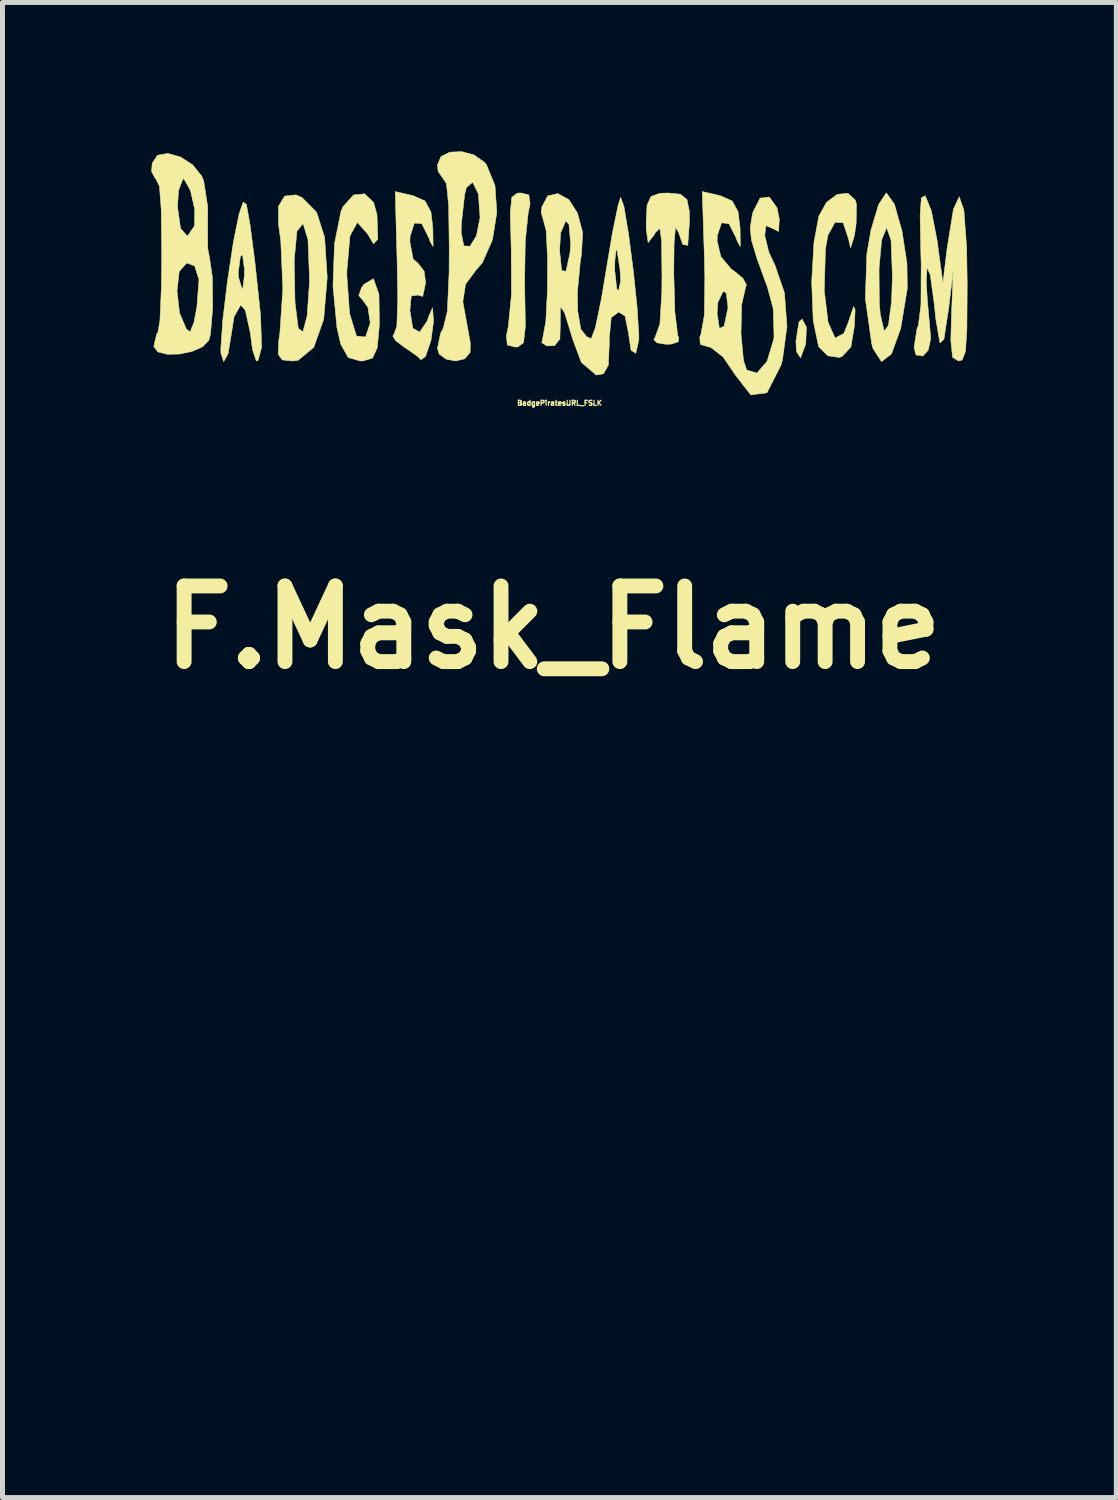
<source format=kicad_pcb>
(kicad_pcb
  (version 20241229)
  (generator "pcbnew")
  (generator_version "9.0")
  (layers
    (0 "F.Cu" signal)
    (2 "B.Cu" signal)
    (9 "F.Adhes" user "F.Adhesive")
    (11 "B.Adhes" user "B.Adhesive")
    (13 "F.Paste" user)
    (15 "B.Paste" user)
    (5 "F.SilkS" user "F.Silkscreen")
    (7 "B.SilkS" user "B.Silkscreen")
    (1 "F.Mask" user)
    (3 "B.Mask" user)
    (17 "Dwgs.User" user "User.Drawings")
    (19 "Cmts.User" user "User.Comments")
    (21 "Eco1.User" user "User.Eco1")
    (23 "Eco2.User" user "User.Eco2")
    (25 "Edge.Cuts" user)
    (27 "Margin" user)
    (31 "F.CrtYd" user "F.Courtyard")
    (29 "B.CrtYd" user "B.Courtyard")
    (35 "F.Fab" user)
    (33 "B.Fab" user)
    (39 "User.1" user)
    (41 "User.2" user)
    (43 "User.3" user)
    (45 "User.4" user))
  (footprint "BadgePiratesURL_FSLK"
    (layer "F.Cu")
    (at 8.226 2.532)
    (property "Reference" "BadgePiratesURL_FSLK" (at 0 2.54 0) (layer "F.SilkS") (effects (font (size 0.1 0.1) (thickness 0.025))))
    (attr through_hole)
    (fp_poly (pts (xy 4.975 1.011) (xy 4.961 1.35) (xy 4.857 1.629) (xy 4.776 1.506) (xy 4.763 1.294) (xy 4.826 0.905) (xy 4.888 0.847) (xy 4.975 1.011)) (stroke (width 0.01) (type solid)) (fill yes) (layer "F.SilkS"))
    (fp_poly (pts (xy -0.619 -1.653) (xy -0.594 -1.481) (xy -0.634 -1.275) (xy -0.691 -0.72) (xy -0.704 0.115) (xy -0.701 0.277) (xy -0.689 1.001) (xy -0.726 1.324) (xy -0.839 1.409) (xy -0.901 1.411) (xy -1.053 1.369) (xy -1.072 1.19) (xy -1.031 0.985) (xy -0.969 0.349) (xy -0.974 -0.567) (xy -0.994 -1.286) (xy -0.962 -1.607) (xy -0.849 -1.691) (xy -0.776 -1.693) (xy -0.619 -1.653)) (stroke (width 0.01) (type solid)) (fill yes) (layer "F.SilkS"))
    (fp_poly (pts (xy 6.749 -1.467) (xy 6.901 -0.925) (xy 7.001 -0.274) (xy 7.008 0.23) (xy 6.875 1.038) (xy 6.688 1.551) (xy 6.487 1.705) (xy 6.315 1.438) (xy 6.29 1.341) (xy 6.162 0.429) (xy 6.183 -0.169) (xy 6.438 -0.169) (xy 6.444 0.526) (xy 6.463 0.75) (xy 6.541 1.092) (xy 6.627 0.977) (xy 6.691 0.495) (xy 6.707 -0.024) (xy 6.68 -0.745) (xy 6.594 -0.987) (xy 6.588 -0.988) (xy 6.491 -0.747) (xy 6.438 -0.169) (xy 6.183 -0.169) (xy 6.193 -0.466) (xy 6.275 -0.943) (xy 6.43 -1.461) (xy 6.581 -1.692) (xy 6.588 -1.693) (xy 6.749 -1.467)) (stroke (width 0.01) (type solid)) (fill yes) (layer "F.SilkS"))
    (fp_poly (pts (xy 5.959 -1.551) (xy 5.983 -1.468) (xy 5.977 -1.075) (xy 5.942 -0.833) (xy 5.865 -0.587) (xy 5.821 -0.776) (xy 5.715 -1.093) (xy 5.553 -1.104) (xy 5.408 -0.842) (xy 5.358 -0.564) (xy 5.335 0.279) (xy 5.411 0.912) (xy 5.553 1.231) (xy 5.73 1.136) (xy 5.815 0.924) (xy 5.927 0.593) (xy 5.956 0.663) (xy 5.942 0.988) (xy 5.871 1.411) (xy 5.692 1.603) (xy 5.635 1.621) (xy 5.405 1.587) (xy 5.226 1.409) (xy 5.219 1.396) (xy 5.112 0.879) (xy 5.081 0.102) (xy 5.127 -0.699) (xy 5.225 -1.226) (xy 5.38 -1.505) (xy 5.596 -1.665) (xy 5.81 -1.687) (xy 5.959 -1.551)) (stroke (width 0.01) (type solid)) (fill yes) (layer "F.SilkS"))
    (fp_poly (pts (xy -6.311 -1.464) (xy -6.237 -1.055) (xy -6.137 -0.284) (xy -6.025 0.774) (xy -6.004 1.415) (xy -6.075 1.681) (xy -6.111 1.693) (xy -6.188 1.461) (xy -6.231 1.129) (xy -6.332 0.67) (xy -6.425 0.564) (xy -6.56 0.802) (xy -6.611 1.129) (xy -6.679 1.544) (xy -6.768 1.707) (xy -6.824 1.534) (xy -6.826 1.446) (xy -6.787 0.875) (xy -6.691 0.074) (xy -6.667 -0.082) (xy -6.476 -0.082) (xy -6.466 0.02) (xy -6.389 0.27) (xy -6.352 -0.015) (xy -6.35 -0.158) (xy -6.389 -0.448) (xy -6.431 -0.42) (xy -6.476 -0.082) (xy -6.667 -0.082) (xy -6.57 -0.721) (xy -6.457 -1.274) (xy -6.457 -1.274) (xy -6.375 -1.51) (xy -6.311 -1.464)) (stroke (width 0.01) (type solid)) (fill yes) (layer "F.SilkS"))
    (fp_poly (pts (xy -5.189 -1.601) (xy -4.895 -1.305) (xy -4.734 -0.796) (xy -4.683 -0.006) (xy -4.683 0.019) (xy -4.753 0.854) (xy -4.953 1.418) (xy -5.269 1.679) (xy -5.378 1.693) (xy -5.588 1.671) (xy -5.67 1.557) (xy -5.658 1.283) (xy -5.636 1.129) (xy -5.576 0.233) (xy -5.601 -0.339) (xy -5.347 -0.339) (xy -5.331 0.508) (xy -5.266 1.034) (xy -5.172 1.104) (xy -5.086 0.78) (xy -5.041 0.122) (xy -5.04 0) (xy -5.07 -0.755) (xy -5.165 -1.065) (xy -5.173 -1.071) (xy -5.292 -0.924) (xy -5.347 -0.339) (xy -5.601 -0.339) (xy -5.618 -0.731) (xy -5.663 -1.06) (xy -5.665 -1.423) (xy -5.54 -1.631) (xy -5.311 -1.655) (xy -5.189 -1.601)) (stroke (width 0.01) (type solid)) (fill yes) (layer "F.SilkS"))
    (fp_poly (pts (xy 2.435 -1.669) (xy 2.567 -1.563) (xy 2.615 -1.327) (xy 2.619 -1.129) (xy 2.584 -0.638) (xy 2.483 -0.654) (xy 2.397 -0.903) (xy 2.336 -1.001) (xy 2.308 -0.675) (xy 2.302 -0.08) (xy 2.324 0.709) (xy 2.382 1.179) (xy 2.401 1.224) (xy 2.392 1.305) (xy 2.257 1.351) (xy 2.143 1.356) (xy 1.963 1.326) (xy 1.899 1.262) (xy 1.925 1.217) (xy 2.022 0.949) (xy 2.061 0.307) (xy 2.064 -0.031) (xy 2.056 -0.732) (xy 2.02 -0.982) (xy 1.932 -0.896) (xy 1.905 -0.847) (xy 1.785 -0.694) (xy 1.748 -0.956) (xy 1.746 -1.119) (xy 1.764 -1.451) (xy 1.844 -1.623) (xy 2.023 -1.687) (xy 2.183 -1.693) (xy 2.435 -1.669)) (stroke (width 0.01) (type solid)) (fill yes) (layer "F.SilkS"))
    (fp_poly (pts (xy -3.747 -1.502) (xy -3.679 -1.258) (xy -3.661 -0.762) (xy -3.749 -0.669) (xy -3.871 -0.872) (xy -4.075 -1.1) (xy -4.223 -0.829) (xy -4.286 -0.117) (xy -4.286 -0.019) (xy -4.231 0.737) (xy -4.092 1.19) (xy -3.91 1.209) (xy -3.909 1.208) (xy -3.815 0.926) (xy -3.861 0.615) (xy -3.949 0.488) (xy -4.046 0.373) (xy -3.996 0.229) (xy -3.949 0.155) (xy -3.751 0.033) (xy -3.639 0.351) (xy -3.631 0.966) (xy -3.673 1.424) (xy -3.769 1.635) (xy -3.964 1.692) (xy -4.016 1.693) (xy -4.26 1.622) (xy -4.41 1.352) (xy -4.486 1.018) (xy -4.566 0.181) (xy -4.535 -0.673) (xy -4.404 -1.323) (xy -4.362 -1.419) (xy -4.152 -1.653) (xy -3.927 -1.676) (xy -3.747 -1.502)) (stroke (width 0.01) (type solid)) (fill yes) (layer "F.SilkS"))
    (fp_poly (pts (xy -2.946 -1.637) (xy -2.711 -1.532) (xy -2.592 -1.313) (xy -2.553 -0.988) (xy -2.548 -0.612) (xy -2.611 -0.72) (xy -2.628 -0.776) (xy -2.778 -1.077) (xy -2.927 -1.086) (xy -3.012 -0.816) (xy -3.016 -0.706) (xy -2.95 -0.361) (xy -2.857 -0.282) (xy -2.729 -0.117) (xy -2.699 0.115) (xy -2.757 0.392) (xy -2.857 0.364) (xy -2.988 0.383) (xy -3.016 0.673) (xy -2.957 1.033) (xy -2.819 1.11) (xy -2.665 0.884) (xy -2.635 0.79) (xy -2.558 0.619) (xy -2.54 0.901) (xy -2.591 1.279) (xy -2.7 1.6) (xy -2.797 1.671) (xy -2.804 1.653) (xy -2.883 1.584) (xy -3.063 1.458) (xy -3.135 1.411) (xy -3.305 1.281) (xy -3.361 1.188) (xy -3.343 1.169) (xy -3.279 0.993) (xy -3.26 0.461) (xy -3.273 -0.296) (xy -3.311 -1.721) (xy -2.946 -1.637)) (stroke (width 0.01) (type solid)) (fill yes) (layer "F.SilkS"))
    (fp_poly (pts (xy 7.371 -1.634) (xy 7.492 -1.335) (xy 7.609 -0.736) (xy 7.612 -0.71) (xy 7.725 0.126) (xy 7.809 -0.572) (xy 7.937 -1.365) (xy 8.054 -1.617) (xy 8.148 -1.349) (xy 8.204 -0.585) (xy 8.215 0.145) (xy 8.209 1.036) (xy 8.181 1.499) (xy 8.114 1.672) (xy 8.039 1.693) (xy 7.92 1.618) (xy 7.885 1.283) (xy 7.898 0.776) (xy 7.935 -0.141) (xy 7.841 0.635) (xy 7.746 1.254) (xy 7.666 1.329) (xy 7.583 0.853) (xy 7.548 0.519) (xy 7.47 -0.045) (xy 7.406 -0.189) (xy 7.389 0.097) (xy 7.413 0.473) (xy 7.463 1.037) (xy 7.48 1.242) (xy 7.43 1.474) (xy 7.322 1.593) (xy 7.184 1.571) (xy 7.144 1.426) (xy 7.202 1.051) (xy 7.232 0.968) (xy 7.283 0.558) (xy 7.287 -0.259) (xy 7.281 -0.474) (xy 7.266 -1.248) (xy 7.291 -1.593) (xy 7.366 -1.637) (xy 7.371 -1.634)) (stroke (width 0.01) (type solid)) (fill yes) (layer "F.SilkS"))
    (fp_poly (pts (xy -1.724 -2.46) (xy -1.514 -2.313) (xy -1.474 -2.265) (xy -1.301 -1.842) (xy -1.264 -1.301) (xy -1.352 -0.749) (xy -1.554 -0.289) (xy -1.688 -0.133) (xy -1.894 0.145) (xy -1.949 0.498) (xy -1.87 0.931) (xy -1.797 1.334) (xy -1.803 1.519) (xy -1.91 1.648) (xy -2.091 1.692) (xy -2.284 1.657) (xy -2.426 1.552) (xy -2.461 1.441) (xy -2.397 1.133) (xy -2.342 1.027) (xy -2.261 0.691) (xy -2.226 -0.083) (xy -2.223 -0.556) (xy -2.227 -0.898) (xy -1.983 -0.898) (xy -1.929 -0.627) (xy -1.806 -0.62) (xy -1.676 -0.826) (xy -1.602 -1.197) (xy -1.602 -1.2) (xy -1.636 -1.675) (xy -1.751 -1.91) (xy -1.877 -1.802) (xy -1.912 -1.664) (xy -1.976 -1.093) (xy -1.983 -0.898) (xy -2.227 -0.898) (xy -2.235 -1.446) (xy -2.279 -1.883) (xy -2.342 -1.976) (xy -2.447 -2.128) (xy -2.461 -2.258) (xy -2.39 -2.426) (xy -2.211 -2.516) (xy -1.973 -2.527) (xy -1.724 -2.46)) (stroke (width 0.01) (type solid)) (fill yes) (layer "F.SilkS"))
    (fp_poly (pts (xy -7.641 -2.42) (xy -7.395 -2.262) (xy -7.211 -2.033) (xy -7.172 -1.943) (xy -7.09 -1.411) (xy -7.091 -1.078) (xy -7.09 -0.575) (xy -7.057 -0.407) (xy -6.997 -0.003) (xy -6.99 0.62) (xy -7.035 1.155) (xy -7.067 1.276) (xy -7.194 1.407) (xy -7.409 1.501) (xy -7.662 1.553) (xy -7.907 1.557) (xy -8.094 1.51) (xy -8.175 1.404) (xy -8.176 1.393) (xy -8.115 1.136) (xy -8.096 1.129) (xy -8.053 0.874) (xy -8.027 0.28) (xy -7.709 0.28) (xy -7.658 0.724) (xy -7.52 1.05) (xy -7.444 1.107) (xy -7.366 0.909) (xy -7.308 0.602) (xy -7.266 0.054) (xy -7.354 -0.224) (xy -7.514 -0.282) (xy -7.664 -0.113) (xy -7.709 0.28) (xy -8.027 0.28) (xy -8.024 0.215) (xy -8.017 -0.423) (xy -8.027 -1.35) (xy -8.031 -1.411) (xy -7.699 -1.411) (xy -7.637 -0.977) (xy -7.499 -0.822) (xy -7.358 -1.026) (xy -7.356 -1.032) (xy -7.352 -1.363) (xy -7.438 -1.744) (xy -7.564 -1.968) (xy -7.59 -1.976) (xy -7.679 -1.74) (xy -7.699 -1.411) (xy -8.031 -1.411) (xy -8.063 -1.83) (xy -8.134 -1.975) (xy -8.141 -1.976) (xy -8.221 -2.123) (xy -8.209 -2.293) (xy -8.102 -2.454) (xy -7.894 -2.49) (xy -7.641 -2.42)) (stroke (width 0.01) (type solid)) (fill yes) (layer "F.SilkS"))
    (fp_poly (pts (xy 3.243 -1.637) (xy 3.479 -1.532) (xy 3.598 -1.316) (xy 3.638 -0.988) (xy 3.643 -0.612) (xy 3.581 -0.72) (xy 3.564 -0.776) (xy 3.415 -1.073) (xy 3.266 -1.092) (xy 3.18 -0.84) (xy 3.175 -0.73) (xy 3.25 -0.411) (xy 3.458 -0.161) (xy 3.512 -0.124) (xy 3.693 0.023) (xy 3.765 0.158) (xy 3.75 0.206) (xy 3.67 0.556) (xy 3.656 1.138) (xy 3.706 1.677) (xy 3.77 1.874) (xy 3.976 1.937) (xy 4.182 1.7) (xy 4.316 1.254) (xy 4.322 1.204) (xy 4.307 0.643) (xy 4.192 0.214) (xy 3.977 -0.377) (xy 3.868 -0.74) (xy 3.842 -0.986) (xy 3.879 -1.225) (xy 3.898 -1.309) (xy 4.041 -1.589) (xy 4.227 -1.611) (xy 4.382 -1.395) (xy 4.428 -1.17) (xy 4.415 -0.916) (xy 4.296 -0.977) (xy 4.159 -1.034) (xy 4.135 -0.838) (xy 4.216 -0.504) (xy 4.346 -0.224) (xy 4.532 0.317) (xy 4.583 0.996) (xy 4.491 1.677) (xy 4.463 1.776) (xy 4.18 2.333) (xy 3.854 2.376) (xy 3.552 1.988) (xy 3.296 1.612) (xy 3.042 1.415) (xy 2.997 1.407) (xy 2.837 1.358) (xy 2.826 1.212) (xy 2.849 1.154) (xy 2.918 0.772) (xy 2.919 0.729) (xy 3.175 0.729) (xy 3.221 1.038) (xy 3.316 0.989) (xy 3.395 0.617) (xy 3.36 0.329) (xy 3.301 0.282) (xy 3.191 0.509) (xy 3.175 0.729) (xy 2.919 0.729) (xy 2.928 0.006) (xy 2.918 -0.408) (xy 2.876 -1.722) (xy 3.243 -1.637)) (stroke (width 0.01) (type solid)) (fill yes) (layer "F.SilkS"))
    (fp_poly (pts (xy 0.187 -1.56) (xy 0.362 -1.287) (xy 0.466 -0.896) (xy 0.442 -0.457) (xy 0.418 -0.311) (xy 0.359 0.312) (xy 0.367 0.694) (xy 0.428 1.051) (xy 0.547 1.203) (xy 0.639 1.242) (xy 0.72 1.029) (xy 0.841 0.452) (xy 0.937 -0.122) (xy 0.94 -0.141) (xy 1.111 -0.141) (xy 1.153 0.235) (xy 1.188 0.282) (xy 1.232 0.075) (xy 1.219 -0.141) (xy 1.163 -0.512) (xy 1.142 -0.564) (xy 1.115 -0.334) (xy 1.111 -0.141) (xy 0.94 -0.141) (xy 1.068 -0.903) (xy 1.181 -1.448) (xy 1.232 -1.606) (xy 1.298 -1.418) (xy 1.39 -0.87) (xy 1.485 -0.138) (xy 1.562 0.6) (xy 1.598 1.167) (xy 1.597 1.27) (xy 1.537 1.538) (xy 1.441 1.476) (xy 1.389 1.138) (xy 1.389 1.129) (xy 1.32 0.788) (xy 1.191 0.706) (xy 1.041 0.818) (xy 1.001 1.247) (xy 1.002 1.341) (xy 0.984 1.775) (xy 0.885 1.95) (xy 0.74 1.976) (xy 0.439 1.72) (xy 0.271 1.27) (xy 0.101 0.719) (xy 0.019 0.597) (xy 0.014 0.889) (xy 0.016 0.917) (xy 0.007 1.25) (xy -0.101 1.384) (xy -0.258 1.389) (xy -0.358 1.324) (xy -0.337 1.224) (xy -0.277 0.9) (xy -0.245 0.286) (xy -0.242 -0.402) (xy -0.25 -0.541) (xy 0 -0.541) (xy 0.042 -0.127) (xy 0.13 -0.117) (xy 0.21 -0.48) (xy 0.224 -0.658) (xy 0.19 -1.061) (xy 0.125 -1.129) (xy 0.022 -0.891) (xy 0 -0.541) (xy -0.25 -0.541) (xy -0.271 -0.944) (xy -0.322 -1.129) (xy -0.37 -1.302) (xy -0.357 -1.411) (xy -0.238 -1.635) (xy -0.035 -1.681) (xy 0.187 -1.56)) (stroke (width 0.01) (type solid)) (fill yes) (layer "F.SilkS")))
  (footprint "F.Mask_Flame"
    (layer "F.Cu")
    (at 8.759 23.08)
    (property "Reference" "F.Mask_Flame" (at -0.66 -13.487 0) (layer "F.SilkS") (effects (font (size 1.524 1.524) (thickness 0.3))))
    (attr through_hole)
    (fp_poly (pts (xy 0.211 -1.184) (xy 0.184 -1.163) (xy 0.142 -1.14) (xy 0.039 -1.07) (xy -0.032 -0.985) (xy -0.068 -0.891) (xy -0.067 -0.806) (xy -0.056 -0.769) (xy -0.03 -0.737) (xy 0.017 -0.7) (xy 0.093 -0.653) (xy 0.109 -0.644) (xy 0.197 -0.587) (xy 0.283 -0.523) (xy 0.35 -0.464) (xy 0.361 -0.453) (xy 0.431 -0.361) (xy 0.464 -0.273) (xy 0.459 -0.188) (xy 0.416 -0.102) (xy 0.333 -0.012) (xy 0.218 0.079) (xy 0.096 0.18) (xy 0.015 0.28) (xy -0.025 0.381) (xy -0.026 0.487) (xy 0.012 0.602) (xy 0.062 0.689) (xy 0.115 0.759) (xy 0.186 0.84) (xy 0.26 0.915) (xy 0.267 0.922) (xy 0.399 1.043) (xy 0.325 1.041) (xy 0.278 1.038) (xy 0.199 1.03) (xy 0.096 1.02) (xy -0.02 1.007) (xy -0.076 1) (xy -0.197 0.985) (xy -0.31 0.967) (xy -0.404 0.95) (xy -0.471 0.935) (xy -0.489 0.929) (xy -0.607 0.867) (xy -0.696 0.786) (xy -0.751 0.691) (xy -0.77 0.586) (xy -0.764 0.529) (xy -0.727 0.424) (xy -0.66 0.303) (xy -0.569 0.173) (xy -0.458 0.042) (xy -0.333 -0.084) (xy -0.221 -0.181) (xy -0.105 -0.273) (xy -0.221 -0.382) (xy -0.321 -0.491) (xy -0.379 -0.595) (xy -0.396 -0.695) (xy -0.372 -0.794) (xy -0.307 -0.892) (xy -0.253 -0.948) (xy -0.148 -1.034) (xy -0.03 -1.104) (xy 0.09 -1.156) (xy 0.162 -1.182) (xy 0.203 -1.191) (xy 0.211 -1.184)) (stroke (width 0.01) (type solid)) (fill yes) (layer "F.Mask")))
  (gr_rect
    (start -3 -3)
    (end 19.446 27.128)
    (stroke (width 0.1) (type default))
    (fill no)
    (layer "Edge.Cuts")))
</source>
